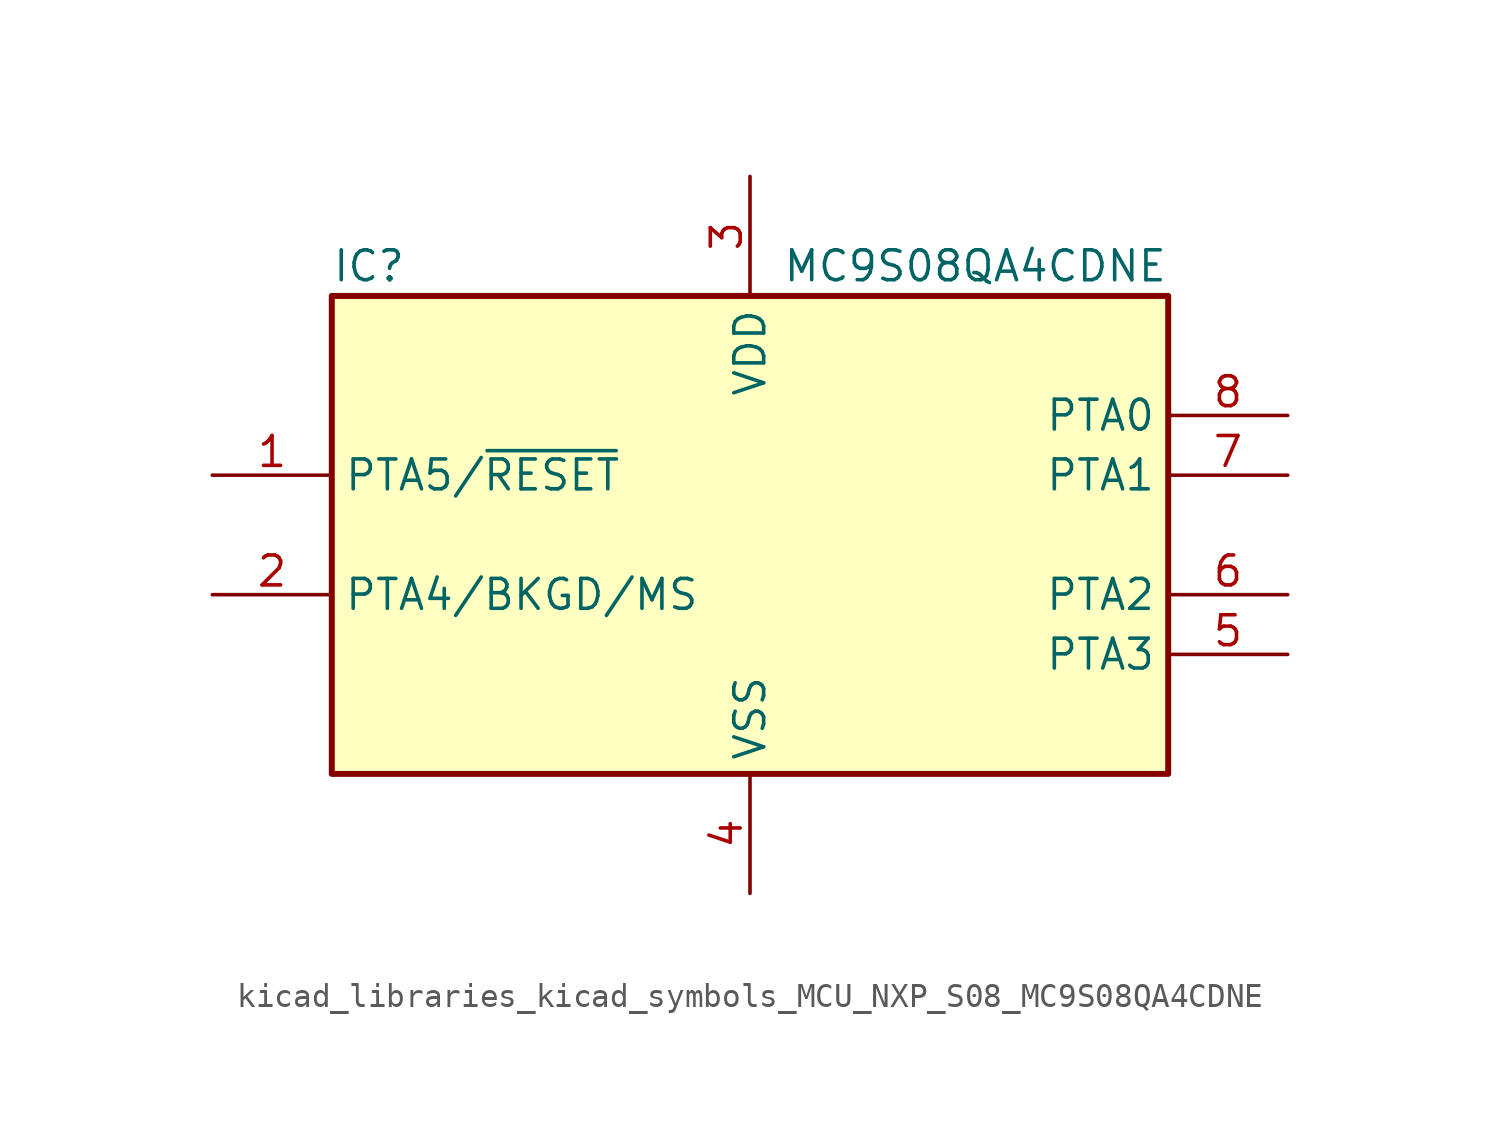
<source format=kicad_sym>
(kicad_symbol_lib
  (version 20220914)
  (generator kicad_symbol_editor)
  (symbol "kicad_libraries_kicad_symbols_MCU_NXP_S08_MC9S08QA4CDNE"
    (property "Reference" "IC"
      (at -17.78 11.43 0)
      (effects (font (size 1.27 1.27)) (justify left)))
    (property "Value" "MC9S08QA4CDNE"
      (at 17.78 11.43 0)
      (effects (font (size 1.27 1.27)) (justify right)))
    (symbol "kicad_libraries_kicad_symbols_MCU_NXP_S08_MC9S08QA4CDNE_0_1"
      (rectangle (start -17.78 10.16) (end 17.78 -10.16) (stroke (width 0.254) (type default)) (fill (type background))))
    (symbol "kicad_libraries_kicad_symbols_MCU_NXP_S08_MC9S08QA4CDNE_1_1"
      (pin bidirectional line (at -22.86 2.54 0) (length 5.08) (name "PTA5/~{RESET}" (effects (font (size 1.27 1.27)))) (number "1" (effects (font (size 1.27 1.27)))))
      (pin bidirectional line (at -22.86 -2.54 0) (length 5.08) (name "PTA4/BKGD/MS" (effects (font (size 1.27 1.27)))) (number "2" (effects (font (size 1.27 1.27)))))
      (pin power_in line (at 0 15.24 270) (length 5.08) (name "VDD" (effects (font (size 1.27 1.27)))) (number "3" (effects (font (size 1.27 1.27)))))
      (pin power_in line (at 0 -15.24 90) (length 5.08) (name "VSS" (effects (font (size 1.27 1.27)))) (number "4" (effects (font (size 1.27 1.27)))))
      (pin bidirectional line (at 22.86 -5.08 180) (length 5.08) (name "PTA3" (effects (font (size 1.27 1.27)))) (number "5" (effects (font (size 1.27 1.27)))))
      (pin bidirectional line (at 22.86 -2.54 180) (length 5.08) (name "PTA2" (effects (font (size 1.27 1.27)))) (number "6" (effects (font (size 1.27 1.27)))))
      (pin bidirectional line (at 22.86 2.54 180) (length 5.08) (name "PTA1" (effects (font (size 1.27 1.27)))) (number "7" (effects (font (size 1.27 1.27)))))
      (pin bidirectional line (at 22.86 5.08 180) (length 5.08) (name "PTA0" (effects (font (size 1.27 1.27)))) (number "8" (effects (font (size 1.27 1.27))))))))
</source>
